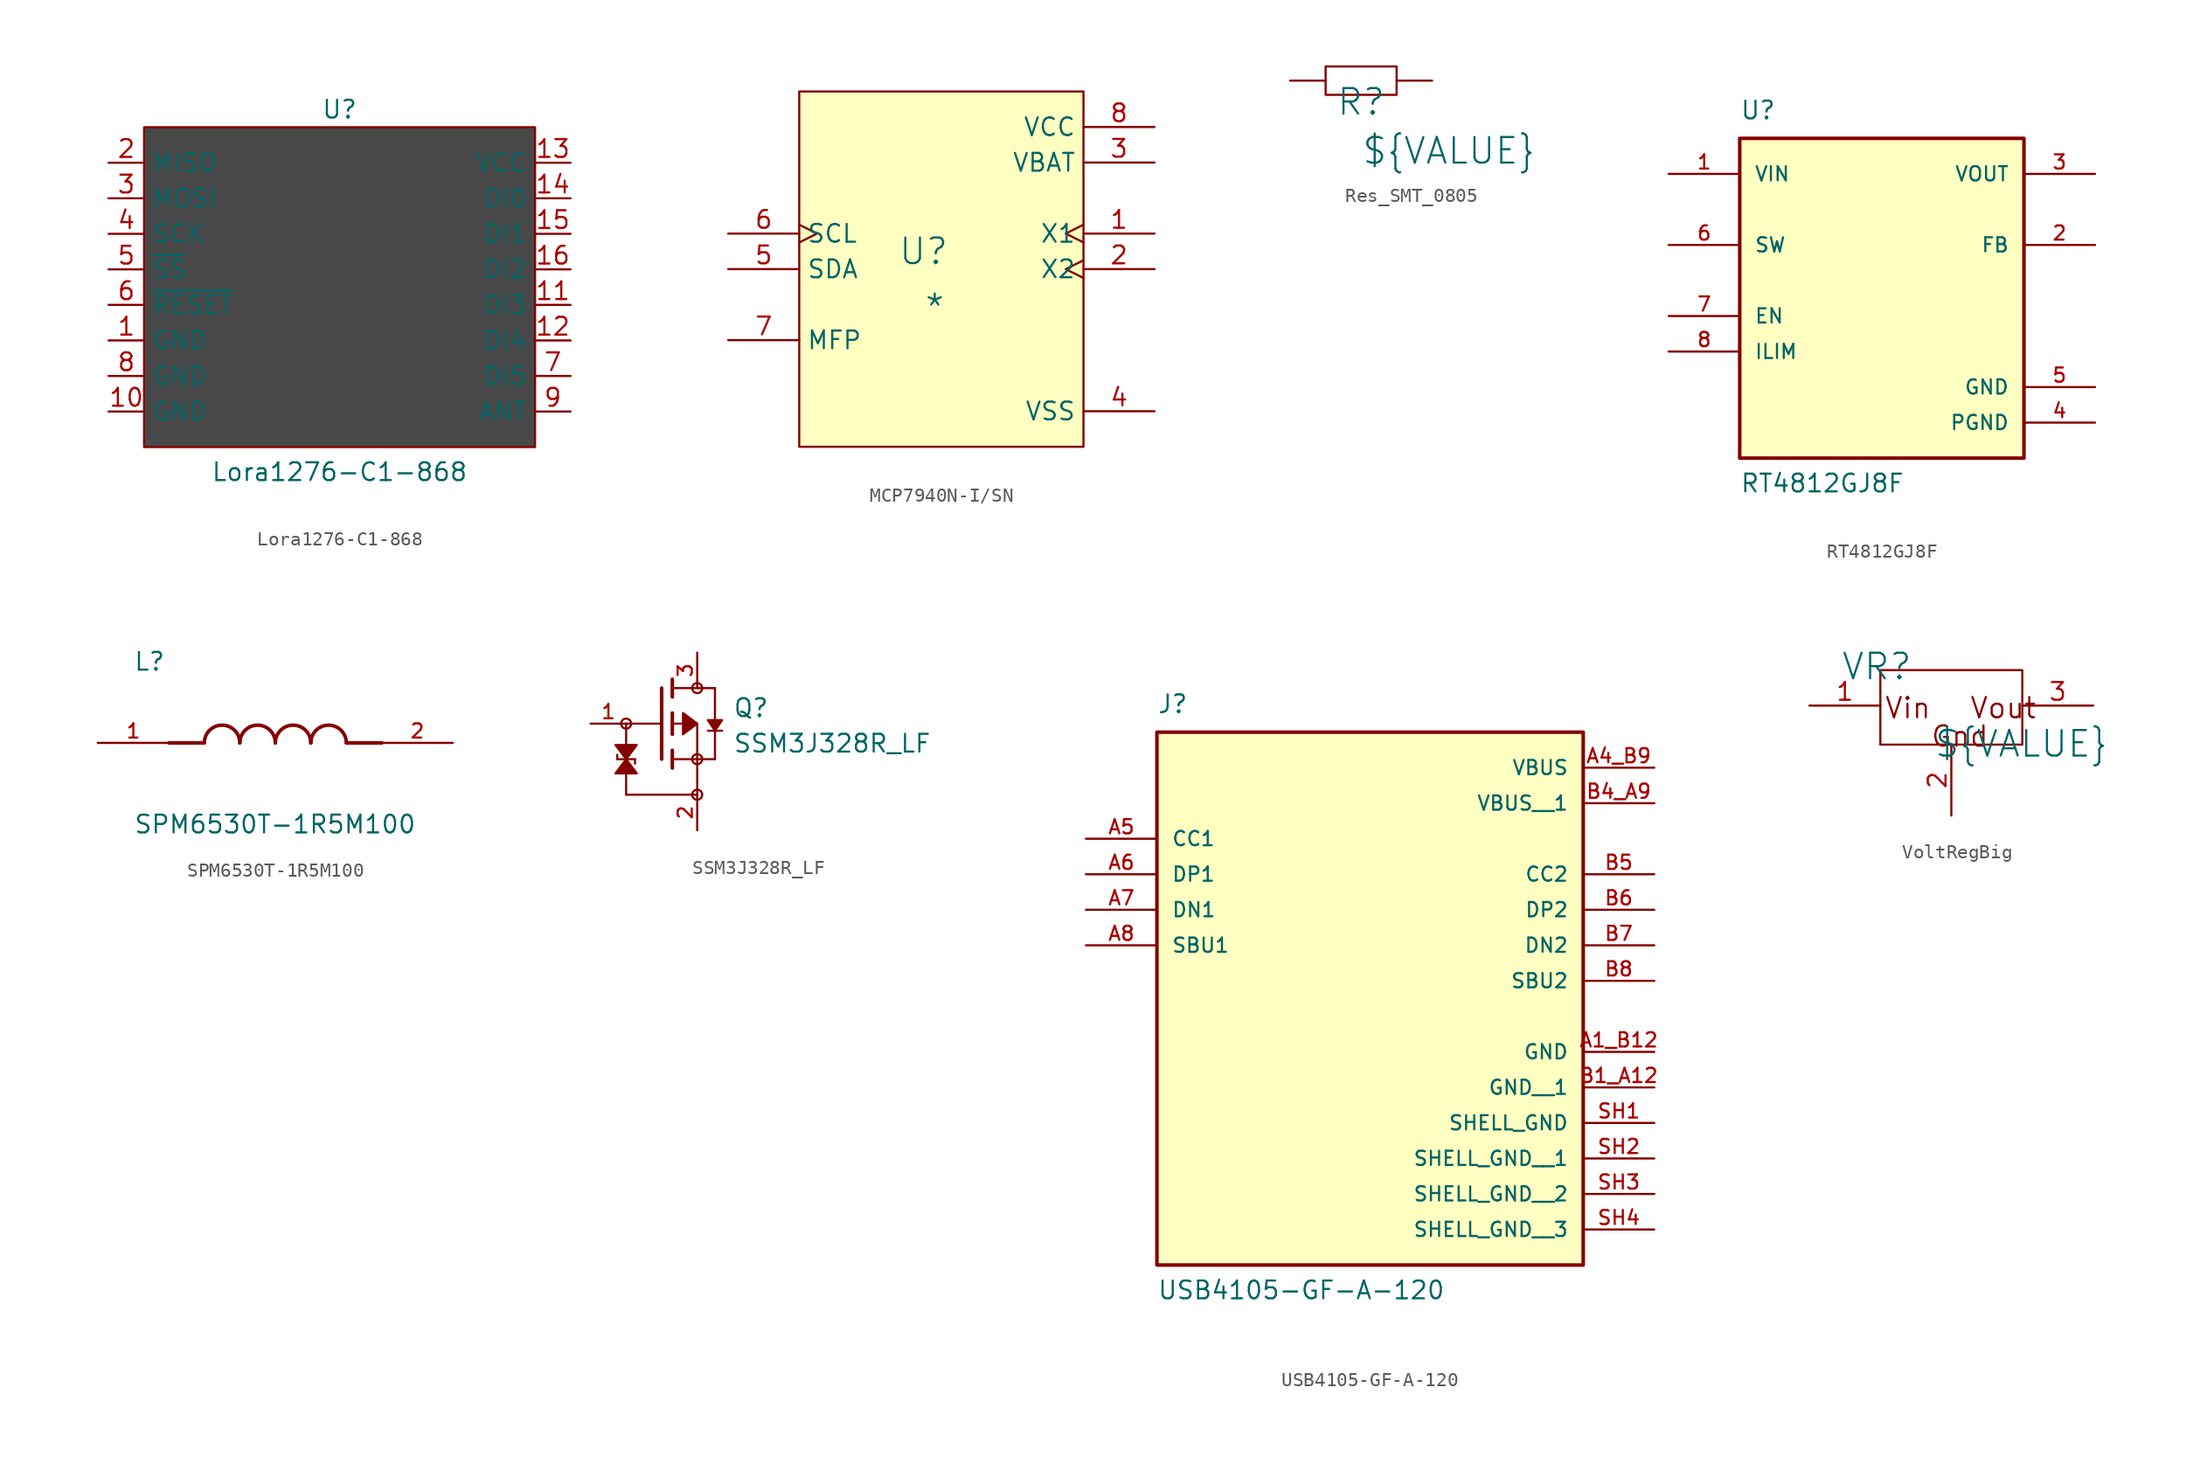
<source format=kicad_sym>
(kicad_symbol_lib
  (version 20241209)
  (generator "kicad_symbol_editor")
  (generator_version "9.0")
  (symbol "Lora1276-C1-868"
    (property "Reference" "U"
      (at 0 0 0)
      (effects (font (size 1.27 1.27))))
    (property "Value" "Lora1276-C1-868"
      (at 0 -25.908 0)
      (effects (font (size 1.27 1.27))))
    (symbol "Lora1276-C1-868_1_1"
      (rectangle (start -13.97 -1.27) (end 13.97 -24.13) (stroke (width 0) (type solid)) (fill (type color) (color 72 72 72 1)))
      (pin output line (at -16.51 -3.81 0) (length 2.54) (name "MISO" (effects (font (size 1.27 1.27)))) (number "2" (effects (font (size 1.27 1.27)))))
      (pin input line (at -16.51 -6.35 0) (length 2.54) (name "MOSI" (effects (font (size 1.27 1.27)))) (number "3" (effects (font (size 1.27 1.27)))))
      (pin input line (at -16.51 -8.89 0) (length 2.54) (name "SCK" (effects (font (size 1.27 1.27)))) (number "4" (effects (font (size 1.27 1.27)))))
      (pin input line (at -16.51 -11.43 0) (length 2.54) (name "~{SS}" (effects (font (size 1.27 1.27)))) (number "5" (effects (font (size 1.27 1.27)))))
      (pin input line (at -16.51 -13.97 0) (length 2.54) (name "~{RESET}" (effects (font (size 1.27 1.27)))) (number "6" (effects (font (size 1.27 1.27)))))
      (pin power_in line (at -16.51 -16.51 0) (length 2.54) (name "GND" (effects (font (size 1.27 1.27)))) (number "1" (effects (font (size 1.27 1.27)))))
      (pin power_in line (at -16.51 -19.05 0) (length 2.54) (name "GND" (effects (font (size 1.27 1.27)))) (number "8" (effects (font (size 1.27 1.27)))))
      (pin power_in line (at -16.51 -21.59 0) (length 2.54) (name "GND" (effects (font (size 1.27 1.27)))) (number "10" (effects (font (size 1.27 1.27)))))
      (pin power_in line (at 16.51 -3.81 180) (length 2.54) (name "VCC" (effects (font (size 1.27 1.27)))) (number "13" (effects (font (size 1.27 1.27)))))
      (pin bidirectional line (at 16.51 -6.35 180) (length 2.54) (name "DI0" (effects (font (size 1.27 1.27)))) (number "14" (effects (font (size 1.27 1.27)))))
      (pin bidirectional line (at 16.51 -8.89 180) (length 2.54) (name "DI1" (effects (font (size 1.27 1.27)))) (number "15" (effects (font (size 1.27 1.27)))))
      (pin bidirectional line (at 16.51 -11.43 180) (length 2.54) (name "DI2" (effects (font (size 1.27 1.27)))) (number "16" (effects (font (size 1.27 1.27)))))
      (pin bidirectional line (at 16.51 -13.97 180) (length 2.54) (name "DI3" (effects (font (size 1.27 1.27)))) (number "11" (effects (font (size 1.27 1.27)))))
      (pin bidirectional line (at 16.51 -16.51 180) (length 2.54) (name "DI4" (effects (font (size 1.27 1.27)))) (number "12" (effects (font (size 1.27 1.27)))))
      (pin bidirectional line (at 16.51 -19.05 180) (length 2.54) (name "DI5" (effects (font (size 1.27 1.27)))) (number "7" (effects (font (size 1.27 1.27)))))
      (pin bidirectional line (at 16.51 -21.59 180) (length 2.54) (name "ANT" (effects (font (size 1.27 1.27)))) (number "9" (effects (font (size 1.27 1.27)))))))
  (symbol "MCP7940N-I/SN"
    (property "Reference" "U"
      (at -1.27 1.27 0)
      (effects (font (size 1.829 1.829))))
    (property "Value" "*"
      (at -1.27 -3.81 0)
      (effects (font (size 1.829 1.829)) (justify left bottom)))
    (symbol "MCP7940N-I/SN_1_0"
      (rectangle (start 10.16 12.7) (end -10.16 -12.7) (stroke (width 0) (type solid) (color 128 0 0 1)) (fill (type background)))
      (pin input clock (at -15.24 2.54 0) (length 5.08) (name "SCL" (effects (font (size 1.27 1.27)))) (number "6" (effects (font (size 1.27 1.27)))))
      (pin bidirectional line (at -15.24 0 0) (length 5.08) (name "SDA" (effects (font (size 1.27 1.27)))) (number "5" (effects (font (size 1.27 1.27)))))
      (pin bidirectional line (at -15.24 -5.08 0) (length 5.08) (name "MFP" (effects (font (size 1.27 1.27)))) (number "7" (effects (font (size 1.27 1.27)))))
      (pin power_in line (at 15.24 10.16 180) (length 5.08) (name "VCC" (effects (font (size 1.27 1.27)))) (number "8" (effects (font (size 1.27 1.27)))))
      (pin power_in line (at 15.24 7.62 180) (length 5.08) (name "VBAT" (effects (font (size 1.27 1.27)))) (number "3" (effects (font (size 1.27 1.27)))))
      (pin input clock (at 15.24 2.54 180) (length 5.08) (name "X1" (effects (font (size 1.27 1.27)))) (number "1" (effects (font (size 1.27 1.27)))))
      (pin output clock (at 15.24 0 180) (length 5.08) (name "X2" (effects (font (size 1.27 1.27)))) (number "2" (effects (font (size 1.27 1.27)))))
      (pin power_in line (at 15.24 -10.16 180) (length 5.08) (name "VSS" (effects (font (size 1.27 1.27)))) (number "4" (effects (font (size 1.27 1.27)))))))
  (symbol "Res_SMT_0805"
    (pin_numbers
      (hide yes))
    (pin_names
      (hide yes))
    (property "Reference" "R"
      (at 0 -1.524 0)
      (effects (font (size 1.829 1.829))))
    (property "Value" "${VALUE}"
      (at 0 -6.096 0)
      (effects (font (size 1.829 1.829)) (justify left bottom)))
    (symbol "Res_SMT_0805_1_0"
      (rectangle (start 2.54 1.016) (end -2.54 -1.016) (stroke (width 0) (type solid)) (fill (type none)))
      (pin passive line (at -5.08 0 0) (length 2.54) (name "1" (effects (font (size 1.27 1.27)))) (number "1" (effects (font (size 1.27 1.27)))))
      (pin passive line (at 5.08 0 180) (length 2.54) (name "2" (effects (font (size 1.27 1.27)))) (number "2" (effects (font (size 1.27 1.27)))))))
  (symbol "RT4812GJ8F"
    (pin_names
      (offset 1.016))
    (property "Reference" "U"
      (at -10.16 11.43 0)
      (effects (font (size 1.27 1.27)) (justify left bottom)))
    (property "Value" "RT4812GJ8F"
      (at -10.16 -15.24 0)
      (effects (font (size 1.27 1.27)) (justify left bottom)))
    (symbol "RT4812GJ8F_0_0"
      (rectangle (start -10.16 -12.7) (end 10.16 10.16) (stroke (width 0.254) (type default)) (fill (type background)))
      (pin input line (at -15.24 7.62 0) (length 5.08) (name "VIN" (effects (font (size 1.016 1.016)))) (number "1" (effects (font (size 1.016 1.016)))))
      (pin passive line (at -15.24 2.54 0) (length 5.08) (name "SW" (effects (font (size 1.016 1.016)))) (number "6" (effects (font (size 1.016 1.016)))))
      (pin input line (at -15.24 -2.54 0) (length 5.08) (name "EN" (effects (font (size 1.016 1.016)))) (number "7" (effects (font (size 1.016 1.016)))))
      (pin input line (at -15.24 -5.08 0) (length 5.08) (name "ILIM" (effects (font (size 1.016 1.016)))) (number "8" (effects (font (size 1.016 1.016)))))
      (pin output line (at 15.24 7.62 180) (length 5.08) (name "VOUT" (effects (font (size 1.016 1.016)))) (number "3" (effects (font (size 1.016 1.016)))))
      (pin input line (at 15.24 2.54 180) (length 5.08) (name "FB" (effects (font (size 1.016 1.016)))) (number "2" (effects (font (size 1.016 1.016)))))
      (pin power_in line (at 15.24 -7.62 180) (length 5.08) (name "GND" (effects (font (size 1.016 1.016)))) (number "5" (effects (font (size 1.016 1.016)))))
      (pin power_in line (at 15.24 -10.16 180) (length 5.08) (name "PGND" (effects (font (size 1.016 1.016)))) (number "4" (effects (font (size 1.016 1.016)))))))
  (symbol "SPM6530T-1R5M100"
    (pin_names
      (offset 1.016))
    (property "Reference" "L"
      (at -10.16 5.08 0)
      (effects (font (size 1.27 1.27)) (justify left bottom)))
    (property "Value" "SPM6530T-1R5M100"
      (at -10.16 -5.08 0)
      (effects (font (size 1.27 1.27)) (justify left top)))
    (symbol "SPM6530T-1R5M100_0_0"
      (polyline (pts (xy -5.08 0) (xy -7.62 0)) (stroke (width 0.254) (type default)) (fill (type none)))
      (arc (start -5.08 0) (mid -3.81 1.2645) (end -2.54 0) (stroke (width 0.254) (type default)) (fill (type none)))
      (arc (start -2.54 0) (mid -1.27 1.2645) (end 0 0) (stroke (width 0.254) (type default)) (fill (type none)))
      (arc (start 0 0) (mid 1.27 1.2645) (end 2.54 0) (stroke (width 0.254) (type default)) (fill (type none)))
      (arc (start 2.54 0) (mid 3.81 1.2645) (end 5.08 0) (stroke (width 0.254) (type default)) (fill (type none)))
      (polyline (pts (xy 5.08 0) (xy 7.62 0)) (stroke (width 0.254) (type default)) (fill (type none)))
      (pin passive line (at -12.7 0 0) (length 5.08) (name "~" (effects (font (size 1.016 1.016)))) (number "1" (effects (font (size 1.016 1.016)))))
      (pin passive line (at 12.7 0 180) (length 5.08) (name "~" (effects (font (size 1.016 1.016)))) (number "2" (effects (font (size 1.016 1.016)))))))
  (symbol "SSM3J328R_LF"
    (pin_names
      (offset 1.016))
    (property "Reference" "Q"
      (at 5.08 0.381 0)
      (effects (font (size 1.27 1.27)) (justify left bottom)))
    (property "Value" "SSM3J328R_LF"
      (at 5.08 -2.159 0)
      (effects (font (size 1.27 1.27)) (justify left bottom)))
    (symbol "SSM3J328R_LF_0_0"
      (polyline (pts (xy -3.175 -2.54) (xy -3.175 -2.223)) (stroke (width 0.152) (type default)) (fill (type none)))
      (polyline (pts (xy -3.175 -2.54) (xy -1.905 -2.54)) (stroke (width 0.152) (type default)) (fill (type none)))
      (circle (center -2.54 0) (radius 0.359) (stroke (width 0) (type default)) (fill (type none)))
      (polyline (pts (xy -2.54 0) (xy -2.54 -5.08)) (stroke (width 0.152) (type default)) (fill (type none)))
      (polyline (pts (xy -2.54 0) (xy 0 0)) (stroke (width 0.152) (type default)) (fill (type none)))
      (polyline (pts (xy -2.54 -2.54) (xy -3.302 -1.524) (xy -1.778 -1.524) (xy -2.54 -2.54)) (stroke (width 0.152) (type default)) (fill (type outline)))
      (polyline (pts (xy -2.54 -2.54) (xy -1.778 -3.556) (xy -3.302 -3.556) (xy -2.54 -2.54)) (stroke (width 0.152) (type default)) (fill (type outline)))
      (polyline (pts (xy -2.54 -5.08) (xy 2.54 -5.08)) (stroke (width 0.152) (type default)) (fill (type none)))
      (polyline (pts (xy -1.905 -2.54) (xy -1.905 -2.857)) (stroke (width 0.152) (type default)) (fill (type none)))
      (polyline (pts (xy 0 2.54) (xy 0 0)) (stroke (width 0.254) (type default)) (fill (type none)))
      (polyline (pts (xy 0 0) (xy 0 -2.54)) (stroke (width 0.254) (type default)) (fill (type none)))
      (polyline (pts (xy 0.762 3.175) (xy 0.762 2.54)) (stroke (width 0.254) (type default)) (fill (type none)))
      (polyline (pts (xy 0.762 2.54) (xy 0.762 1.905)) (stroke (width 0.254) (type default)) (fill (type none)))
      (polyline (pts (xy 0.762 2.54) (xy 3.81 2.54)) (stroke (width 0.152) (type default)) (fill (type none)))
      (polyline (pts (xy 0.762 0.762) (xy 0.762 0)) (stroke (width 0.254) (type default)) (fill (type none)))
      (polyline (pts (xy 0.762 0) (xy 0.762 -0.762)) (stroke (width 0.254) (type default)) (fill (type none)))
      (polyline (pts (xy 0.762 0) (xy 2.54 0)) (stroke (width 0.152) (type default)) (fill (type none)))
      (polyline (pts (xy 0.762 -1.905) (xy 0.762 -2.54)) (stroke (width 0.254) (type default)) (fill (type none)))
      (polyline (pts (xy 0.762 -2.54) (xy 0.762 -3.175)) (stroke (width 0.254) (type default)) (fill (type none)))
      (circle (center 2.54 2.54) (radius 0.359) (stroke (width 0) (type default)) (fill (type none)))
      (polyline (pts (xy 2.54 0) (xy 2.54 -2.54)) (stroke (width 0.152) (type default)) (fill (type none)))
      (polyline (pts (xy 2.54 0) (xy 1.524 -0.762) (xy 1.524 0.762) (xy 2.54 0)) (stroke (width 0.152) (type default)) (fill (type outline)))
      (polyline (pts (xy 2.54 -2.54) (xy 0.762 -2.54)) (stroke (width 0.152) (type default)) (fill (type none)))
      (polyline (pts (xy 2.54 -2.54) (xy 3.81 -2.54)) (stroke (width 0.152) (type default)) (fill (type none)))
      (circle (center 2.54 -2.54) (radius 0.359) (stroke (width 0) (type default)) (fill (type none)))
      (polyline (pts (xy 2.54 -5.08) (xy 2.54 -2.54)) (stroke (width 0.152) (type default)) (fill (type none)))
      (circle (center 2.54 -5.08) (radius 0.359) (stroke (width 0) (type default)) (fill (type none)))
      (polyline (pts (xy 3.302 -0.508) (xy 4.318 -0.508)) (stroke (width 0.152) (type default)) (fill (type none)))
      (polyline (pts (xy 3.81 2.54) (xy 3.81 -2.54)) (stroke (width 0.152) (type default)) (fill (type none)))
      (polyline (pts (xy 3.81 -0.508) (xy 4.318 0.254) (xy 3.302 0.254) (xy 3.81 -0.508)) (stroke (width 0.152) (type default)) (fill (type outline)))
      (pin passive line (at -5.08 0 0) (length 2.54) (name "~" (effects (font (size 1.016 1.016)))) (number "1" (effects (font (size 1.016 1.016)))))
      (pin passive line (at 2.54 5.08 270) (length 2.54) (name "~" (effects (font (size 1.016 1.016)))) (number "3" (effects (font (size 1.016 1.016)))))
      (pin passive line (at 2.54 -7.62 90) (length 2.54) (name "~" (effects (font (size 1.016 1.016)))) (number "2" (effects (font (size 1.016 1.016)))))))
  (symbol "USB4105-GF-A-120"
    (pin_names
      (offset 1.016))
    (property "Reference" "J"
      (at -15.24 13.97 0)
      (effects (font (size 1.27 1.27)) (justify left bottom)))
    (property "Value" "USB4105-GF-A-120"
      (at -15.24 -27.94 0)
      (effects (font (size 1.27 1.27)) (justify left bottom)))
    (symbol "USB4105-GF-A-120_0_0"
      (rectangle (start -15.24 -25.4) (end 15.24 12.7) (stroke (width 0.254) (type default)) (fill (type background)))
      (pin bidirectional line (at -20.32 5.08 0) (length 5.08) (name "CC1" (effects (font (size 1.016 1.016)))) (number "A5" (effects (font (size 1.016 1.016)))))
      (pin bidirectional line (at -20.32 2.54 0) (length 5.08) (name "DP1" (effects (font (size 1.016 1.016)))) (number "A6" (effects (font (size 1.016 1.016)))))
      (pin bidirectional line (at -20.32 0 0) (length 5.08) (name "DN1" (effects (font (size 1.016 1.016)))) (number "A7" (effects (font (size 1.016 1.016)))))
      (pin bidirectional line (at -20.32 -2.54 0) (length 5.08) (name "SBU1" (effects (font (size 1.016 1.016)))) (number "A8" (effects (font (size 1.016 1.016)))))
      (pin power_in line (at 20.32 10.16 180) (length 5.08) (name "VBUS" (effects (font (size 1.016 1.016)))) (number "A4_B9" (effects (font (size 1.016 1.016)))))
      (pin power_in line (at 20.32 7.62 180) (length 5.08) (name "VBUS__1" (effects (font (size 1.016 1.016)))) (number "B4_A9" (effects (font (size 1.016 1.016)))))
      (pin bidirectional line (at 20.32 2.54 180) (length 5.08) (name "CC2" (effects (font (size 1.016 1.016)))) (number "B5" (effects (font (size 1.016 1.016)))))
      (pin bidirectional line (at 20.32 0 180) (length 5.08) (name "DP2" (effects (font (size 1.016 1.016)))) (number "B6" (effects (font (size 1.016 1.016)))))
      (pin bidirectional line (at 20.32 -2.54 180) (length 5.08) (name "DN2" (effects (font (size 1.016 1.016)))) (number "B7" (effects (font (size 1.016 1.016)))))
      (pin bidirectional line (at 20.32 -5.08 180) (length 5.08) (name "SBU2" (effects (font (size 1.016 1.016)))) (number "B8" (effects (font (size 1.016 1.016)))))
      (pin power_in line (at 20.32 -10.16 180) (length 5.08) (name "GND" (effects (font (size 1.016 1.016)))) (number "A1_B12" (effects (font (size 1.016 1.016)))))
      (pin power_in line (at 20.32 -12.7 180) (length 5.08) (name "GND__1" (effects (font (size 1.016 1.016)))) (number "B1_A12" (effects (font (size 1.016 1.016)))))
      (pin power_in line (at 20.32 -15.24 180) (length 5.08) (name "SHELL_GND" (effects (font (size 1.016 1.016)))) (number "SH1" (effects (font (size 1.016 1.016)))))
      (pin power_in line (at 20.32 -17.78 180) (length 5.08) (name "SHELL_GND__1" (effects (font (size 1.016 1.016)))) (number "SH2" (effects (font (size 1.016 1.016)))))
      (pin power_in line (at 20.32 -20.32 180) (length 5.08) (name "SHELL_GND__2" (effects (font (size 1.016 1.016)))) (number "SH3" (effects (font (size 1.016 1.016)))))
      (pin power_in line (at 20.32 -22.86 180) (length 5.08) (name "SHELL_GND__3" (effects (font (size 1.016 1.016)))) (number "SH4" (effects (font (size 1.016 1.016)))))))
  (symbol "VoltRegBig"
    (pin_names
      (hide yes))
    (property "Reference" "VR"
      (at -5.334 2.794 0)
      (effects (font (size 1.829 1.829))))
    (property "Value" "${VALUE}"
      (at -1.27 -3.81 0)
      (effects (font (size 1.829 1.829)) (justify left bottom)))
    (symbol "VoltRegBig_1_0"
      (polyline (pts (xy -5.08 0) (xy -5.08 -2.794)) (stroke (width 0) (type solid)) (fill (type none)))
      (polyline (pts (xy -5.08 0) (xy -5.08 2.54) (xy 5.08 2.54) (xy 5.08 -2.794) (xy -5.08 -2.794)) (stroke (width 0) (type solid)) (fill (type none)))
      (text "Vin" (at -4.826 -1.016 0) (effects (font (size 1.448 1.448)) (justify left bottom)))
      (text "Gnd" (at -1.524 -3.048 0) (effects (font (size 1.448 1.448)) (justify left bottom)))
      (text "Vout" (at 1.27 -1.016 0) (effects (font (size 1.448 1.448)) (justify left bottom)))
      (pin passive line (at -10.16 0 0) (length 5.08) (name "Vin" (effects (font (size 1.27 1.27)))) (number "1" (effects (font (size 1.27 1.27)))))
      (pin passive line (at 0 -7.874 90) (length 5.08) (name "Gnd" (effects (font (size 1.27 1.27)))) (number "2" (effects (font (size 1.27 1.27)))))
      (pin passive line (at 10.16 0 180) (length 5.08) (name "Vout" (effects (font (size 1.27 1.27)))) (number "3" (effects (font (size 1.27 1.27))))))))
</source>
